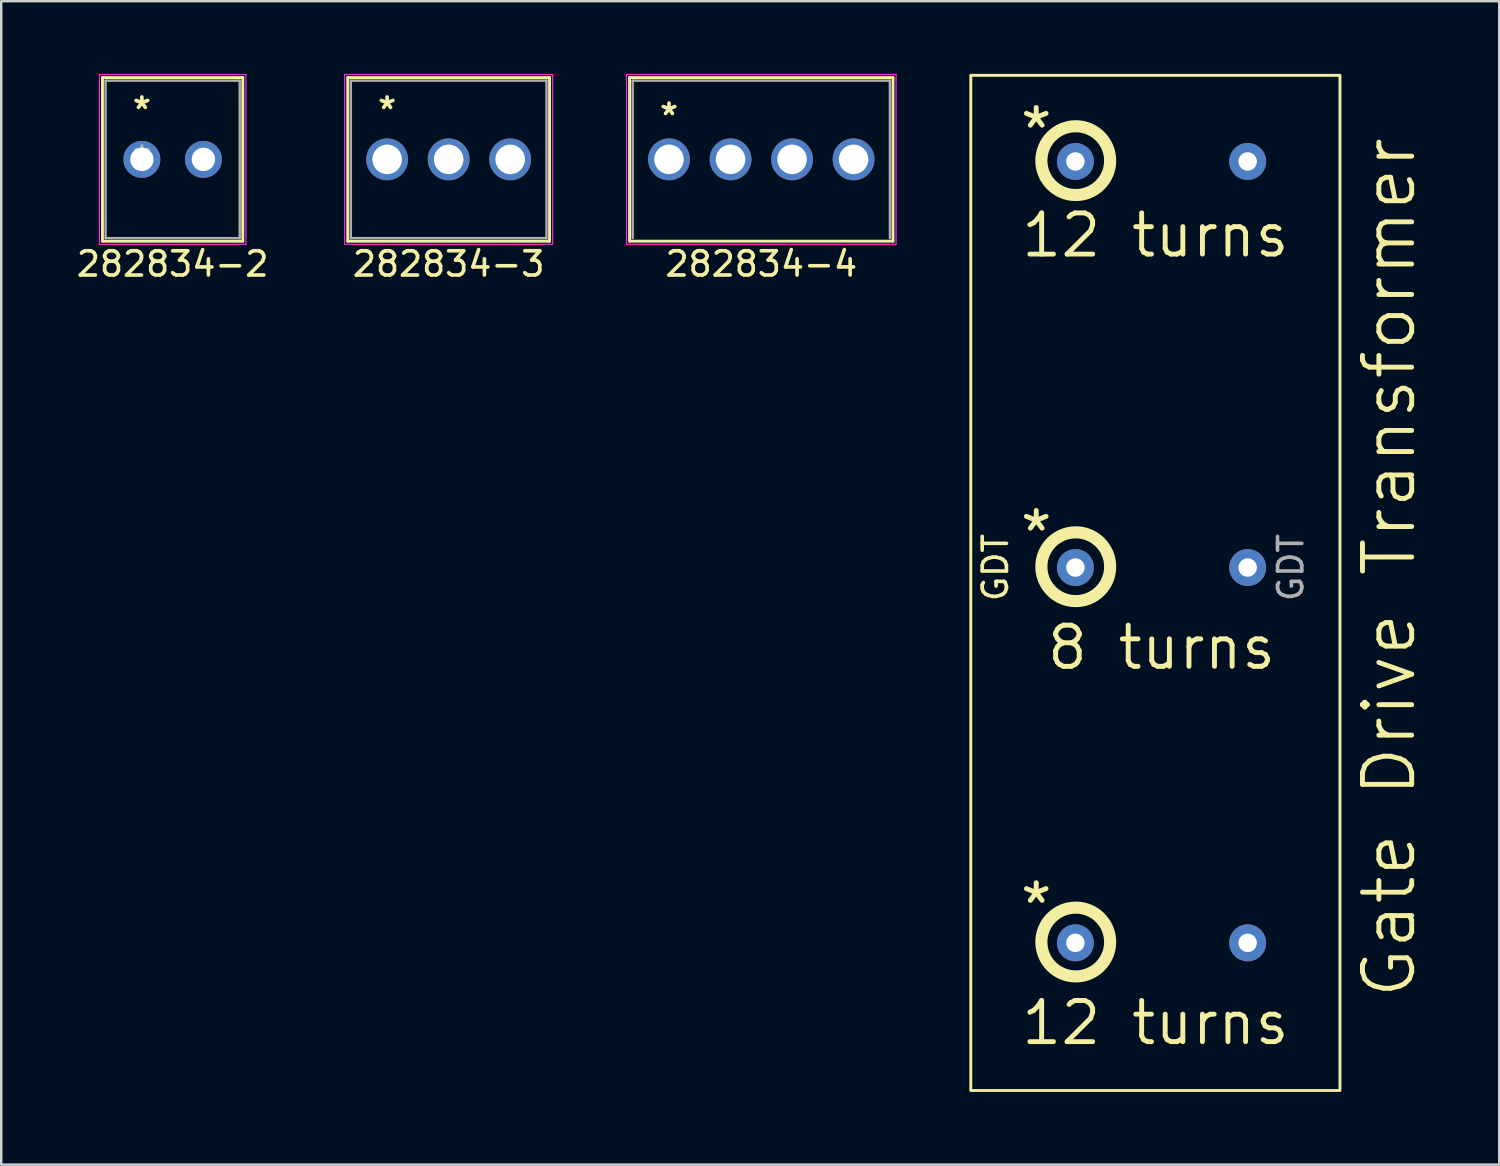
<source format=kicad_pcb>
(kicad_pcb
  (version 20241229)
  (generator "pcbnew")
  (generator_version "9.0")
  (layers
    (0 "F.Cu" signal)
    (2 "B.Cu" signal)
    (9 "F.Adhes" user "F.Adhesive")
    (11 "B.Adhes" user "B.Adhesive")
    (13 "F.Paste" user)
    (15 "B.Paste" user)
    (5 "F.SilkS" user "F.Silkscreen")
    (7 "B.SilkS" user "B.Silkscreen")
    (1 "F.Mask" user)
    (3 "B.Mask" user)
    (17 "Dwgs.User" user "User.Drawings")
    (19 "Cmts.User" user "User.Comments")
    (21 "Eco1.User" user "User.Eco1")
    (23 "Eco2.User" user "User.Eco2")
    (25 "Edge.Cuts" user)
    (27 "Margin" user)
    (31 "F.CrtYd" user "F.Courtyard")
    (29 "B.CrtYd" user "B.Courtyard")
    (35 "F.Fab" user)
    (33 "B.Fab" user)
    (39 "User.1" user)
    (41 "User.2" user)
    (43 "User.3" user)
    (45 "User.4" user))
  (footprint "282834-2"
    (layer "F.Cu")
    (at 2.807 3.53)
    (property "Reference" "282834-2" (at 1.27 4.318 0) (layer "F.SilkS") (effects (font (size 1 1) (thickness 0.15))))
    (attr through_hole)
    (fp_line (start -1.626 -3.378) (end -1.626 3.378) (stroke (width 0.12) (type solid)) (layer "F.SilkS"))
    (fp_line (start -1.626 3.378) (end 4.166 3.378) (stroke (width 0.12) (type solid)) (layer "F.SilkS"))
    (fp_line (start 4.166 -3.378) (end -1.626 -3.378) (stroke (width 0.12) (type solid)) (layer "F.SilkS"))
    (fp_line (start 4.166 3.378) (end 4.166 -3.378) (stroke (width 0.12) (type solid)) (layer "F.SilkS"))
    (fp_line (start -1.753 -3.505) (end -1.753 3.505) (stroke (width 0.05) (type solid)) (layer "F.CrtYd"))
    (fp_line (start -1.753 3.505) (end 4.293 3.505) (stroke (width 0.05) (type solid)) (layer "F.CrtYd"))
    (fp_line (start 4.293 -3.505) (end -1.753 -3.505) (stroke (width 0.05) (type solid)) (layer "F.CrtYd"))
    (fp_line (start 4.293 3.505) (end 4.293 -3.505) (stroke (width 0.05) (type solid)) (layer "F.CrtYd"))
    (fp_line (start -1.499 -3.251) (end -1.499 3.251) (stroke (width 0.1) (type solid)) (layer "F.Fab"))
    (fp_line (start -1.499 3.251) (end 4.039 3.251) (stroke (width 0.1) (type solid)) (layer "F.Fab"))
    (fp_line (start 4.039 -3.251) (end -1.499 -3.251) (stroke (width 0.1) (type solid)) (layer "F.Fab"))
    (fp_line (start 4.039 3.251) (end 4.039 -3.251) (stroke (width 0.1) (type solid)) (layer "F.Fab"))
    (fp_text user "*" (at 0 -2.032 0) (layer "F.SilkS") (effects (font (size 1 1) (thickness 0.15))))
    (fp_text user "*" (at 0 0 0) (layer "F.Fab") (effects (font (size 1 1) (thickness 0.15))))
    (pad "1" thru_hole circle (at 0 0) (size 1.524 1.524) (drill 0.965) (layers "*.Cu" "*.Mask"))
    (pad "2" thru_hole circle (at 2.54 0) (size 1.524 1.524) (drill 0.965) (layers "*.Cu" "*.Mask")))
  (footprint "282834-3"
    (layer "F.Cu")
    (at 12.932 3.53)
    (property "Reference" "282834-3" (at 2.54 4.318 0) (layer "F.SilkS") (effects (font (size 1 1) (thickness 0.15))))
    (attr through_hole)
    (fp_line (start -1.626 -3.378) (end -1.626 3.378) (stroke (width 0.12) (type solid)) (layer "F.SilkS"))
    (fp_line (start -1.626 3.378) (end 6.706 3.378) (stroke (width 0.12) (type solid)) (layer "F.SilkS"))
    (fp_line (start 6.706 -3.378) (end -1.626 -3.378) (stroke (width 0.12) (type solid)) (layer "F.SilkS"))
    (fp_line (start 6.706 3.378) (end 6.706 -3.378) (stroke (width 0.12) (type solid)) (layer "F.SilkS"))
    (fp_line (start -1.753 -3.505) (end -1.753 3.505) (stroke (width 0.05) (type solid)) (layer "F.CrtYd"))
    (fp_line (start -1.753 3.505) (end 6.833 3.505) (stroke (width 0.05) (type solid)) (layer "F.CrtYd"))
    (fp_line (start 6.833 -3.505) (end -1.753 -3.505) (stroke (width 0.05) (type solid)) (layer "F.CrtYd"))
    (fp_line (start 6.833 3.505) (end 6.833 -3.505) (stroke (width 0.05) (type solid)) (layer "F.CrtYd"))
    (fp_line (start -1.499 -3.251) (end -1.499 3.251) (stroke (width 0.1) (type solid)) (layer "F.Fab"))
    (fp_line (start -1.499 3.251) (end 6.579 3.251) (stroke (width 0.1) (type solid)) (layer "F.Fab"))
    (fp_line (start 6.579 -3.251) (end -1.499 -3.251) (stroke (width 0.1) (type solid)) (layer "F.Fab"))
    (fp_line (start 6.579 3.251) (end 6.579 -3.251) (stroke (width 0.1) (type solid)) (layer "F.Fab"))
    (fp_text user "*" (at 0 -2.032 0) (layer "F.SilkS") (effects (font (size 1 1) (thickness 0.15))))
    (fp_text user "*" (at 0 0 0) (layer "F.Fab") (effects (font (size 1 1) (thickness 0.15))))
    (pad "1" thru_hole circle (at 0 0) (size 1.727 1.727) (drill 1.219) (layers "*.Cu" "*.Mask"))
    (pad "2" thru_hole circle (at 2.54 0) (size 1.727 1.727) (drill 1.219) (layers "*.Cu" "*.Mask"))
    (pad "3" thru_hole circle (at 5.08 0) (size 1.727 1.727) (drill 1.219) (layers "*.Cu" "*.Mask")))
  (footprint "282834-4"
    (layer "F.Cu")
    (at 24.569 3.529)
    (property "Reference" "282834-4" (at 3.81 4.318 0) (layer "F.SilkS") (effects (font (size 1 1) (thickness 0.15))))
    (attr through_hole)
    (fp_line (start -1.627 -3.377) (end -1.627 3.377) (stroke (width 0.12) (type solid)) (layer "F.SilkS"))
    (fp_line (start -1.627 3.377) (end 9.247 3.377) (stroke (width 0.12) (type solid)) (layer "F.SilkS"))
    (fp_line (start 9.247 -3.377) (end -1.627 -3.377) (stroke (width 0.12) (type solid)) (layer "F.SilkS"))
    (fp_line (start 9.247 3.377) (end 9.247 -3.377) (stroke (width 0.12) (type solid)) (layer "F.SilkS"))
    (fp_line (start -1.754 -3.504) (end -1.754 3.504) (stroke (width 0.05) (type solid)) (layer "F.CrtYd"))
    (fp_line (start -1.754 3.504) (end 9.374 3.504) (stroke (width 0.05) (type solid)) (layer "F.CrtYd"))
    (fp_line (start 9.374 -3.504) (end -1.754 -3.504) (stroke (width 0.05) (type solid)) (layer "F.CrtYd"))
    (fp_line (start 9.374 3.504) (end 9.374 -3.504) (stroke (width 0.05) (type solid)) (layer "F.CrtYd"))
    (fp_line (start -1.5 -3.25) (end -1.5 3.25) (stroke (width 0.1) (type solid)) (layer "F.Fab"))
    (fp_line (start 9.12 -3.25) (end -1.5 -3.25) (stroke (width 0.1) (type solid)) (layer "F.Fab"))
    (fp_line (start 9.12 3.25) (end 9.12 -3.25) (stroke (width 0.1) (type solid)) (layer "F.Fab"))
    (fp_text user "*" (at 0 -1.778 0) (layer "F.SilkS") (effects (font (size 1 1) (thickness 0.15))))
    (fp_text user "*" (at 0 0 0) (layer "F.Fab") (effects (font (size 1 1) (thickness 0.15))))
    (pad "1" thru_hole circle (at 0 0) (size 1.727 1.727) (drill 1.219) (layers "*.Cu" "*.Mask"))
    (pad "2" thru_hole circle (at 2.54 0) (size 1.727 1.727) (drill 1.219) (layers "*.Cu" "*.Mask"))
    (pad "3" thru_hole circle (at 5.08 0) (size 1.727 1.727) (drill 1.219) (layers "*.Cu" "*.Mask"))
    (pad "4" thru_hole circle (at 7.62 0) (size 1.727 1.727) (drill 1.219) (layers "*.Cu" "*.Mask")))
  (footprint "GDT"
    (layer "F.Cu")
    (at 48.458 20.38)
    (property "Reference" "GDT" (at -10.414 0 90) (unlocked yes) (layer "F.SilkS") (effects (font (size 1 1) (thickness 0.15))))
    (attr through_hole)
    (fp_rect (start -11.43 -20.32) (end 3.81 21.59) (stroke (width 0.12) (type solid)) (fill no) (layer "F.SilkS"))
    (fp_circle (center -7.097 -16.798) (end -5.677 -16.798) (stroke (width 0.5) (type solid)) (fill no) (layer "F.SilkS"))
    (fp_circle (center -7.097 -0.034) (end -5.677 -0.034) (stroke (width 0.5) (type solid)) (fill no) (layer "F.SilkS"))
    (fp_circle (center -7.097 15.46) (end -5.677 15.46) (stroke (width 0.5) (type solid)) (fill no) (layer "F.SilkS"))
    (fp_text user "*" (at -9.51 -1.431 0) (layer "F.SilkS") (effects (font (size 1.7 1.7) (thickness 0.203)) (justify left)))
    (fp_text user "*" (at -9.51 13.936 0) (layer "F.SilkS") (effects (font (size 1.7 1.7) (thickness 0.203)) (justify left)))
    (fp_text user "Gate Drive Transformer" (at 5.842 0 90) (layer "F.SilkS") (effects (font (size 2.032 2.032) (thickness 0.203))))
    (fp_text user "8 turns" (at -3.556 3.302 0) (layer "F.SilkS") (effects (font (size 1.7 1.7) (thickness 0.203))))
    (fp_text user "12 turns" (at -3.81 -13.716 0) (layer "F.SilkS") (effects (font (size 1.7 1.7) (thickness 0.203))))
    (fp_text user "*" (at -9.51 -18.068 0) (layer "F.SilkS") (effects (font (size 1.7 1.7) (thickness 0.203)) (justify left)))
    (fp_text user "12 turns" (at -3.81 18.796 0) (layer "F.SilkS") (effects (font (size 1.7 1.7) (thickness 0.203))))
    (fp_text user "${REFERENCE}" (at 1.778 0 90) (unlocked yes) (layer "F.Fab") (effects (font (size 1 1) (thickness 0.15))))
    (pad "1" thru_hole circle (at -7.112 0) (size 1.524 1.524) (drill 0.762) (layers "*.Cu" "*.Mask"))
    (pad "2" thru_hole circle (at 0 0) (size 1.524 1.524) (drill 0.762) (layers "*.Cu" "*.Mask"))
    (pad "3" thru_hole circle (at -7.112 -16.764) (size 1.524 1.524) (drill 0.762) (layers "*.Cu" "*.Mask"))
    (pad "4" thru_hole circle (at 0 -16.764) (size 1.524 1.524) (drill 0.762) (layers "*.Cu" "*.Mask"))
    (pad "5" thru_hole circle (at 0 15.494) (size 1.524 1.524) (drill 0.762) (layers "*.Cu" "*.Mask"))
    (pad "6" thru_hole circle (at -7.112 15.494) (size 1.524 1.524) (drill 0.762) (layers "*.Cu" "*.Mask")))
  (gr_rect
    (start -3 -3)
    (end 58.845 45.03)
    (stroke (width 0.1) (type default))
    (fill no)
    (layer "Edge.Cuts")))
</source>
